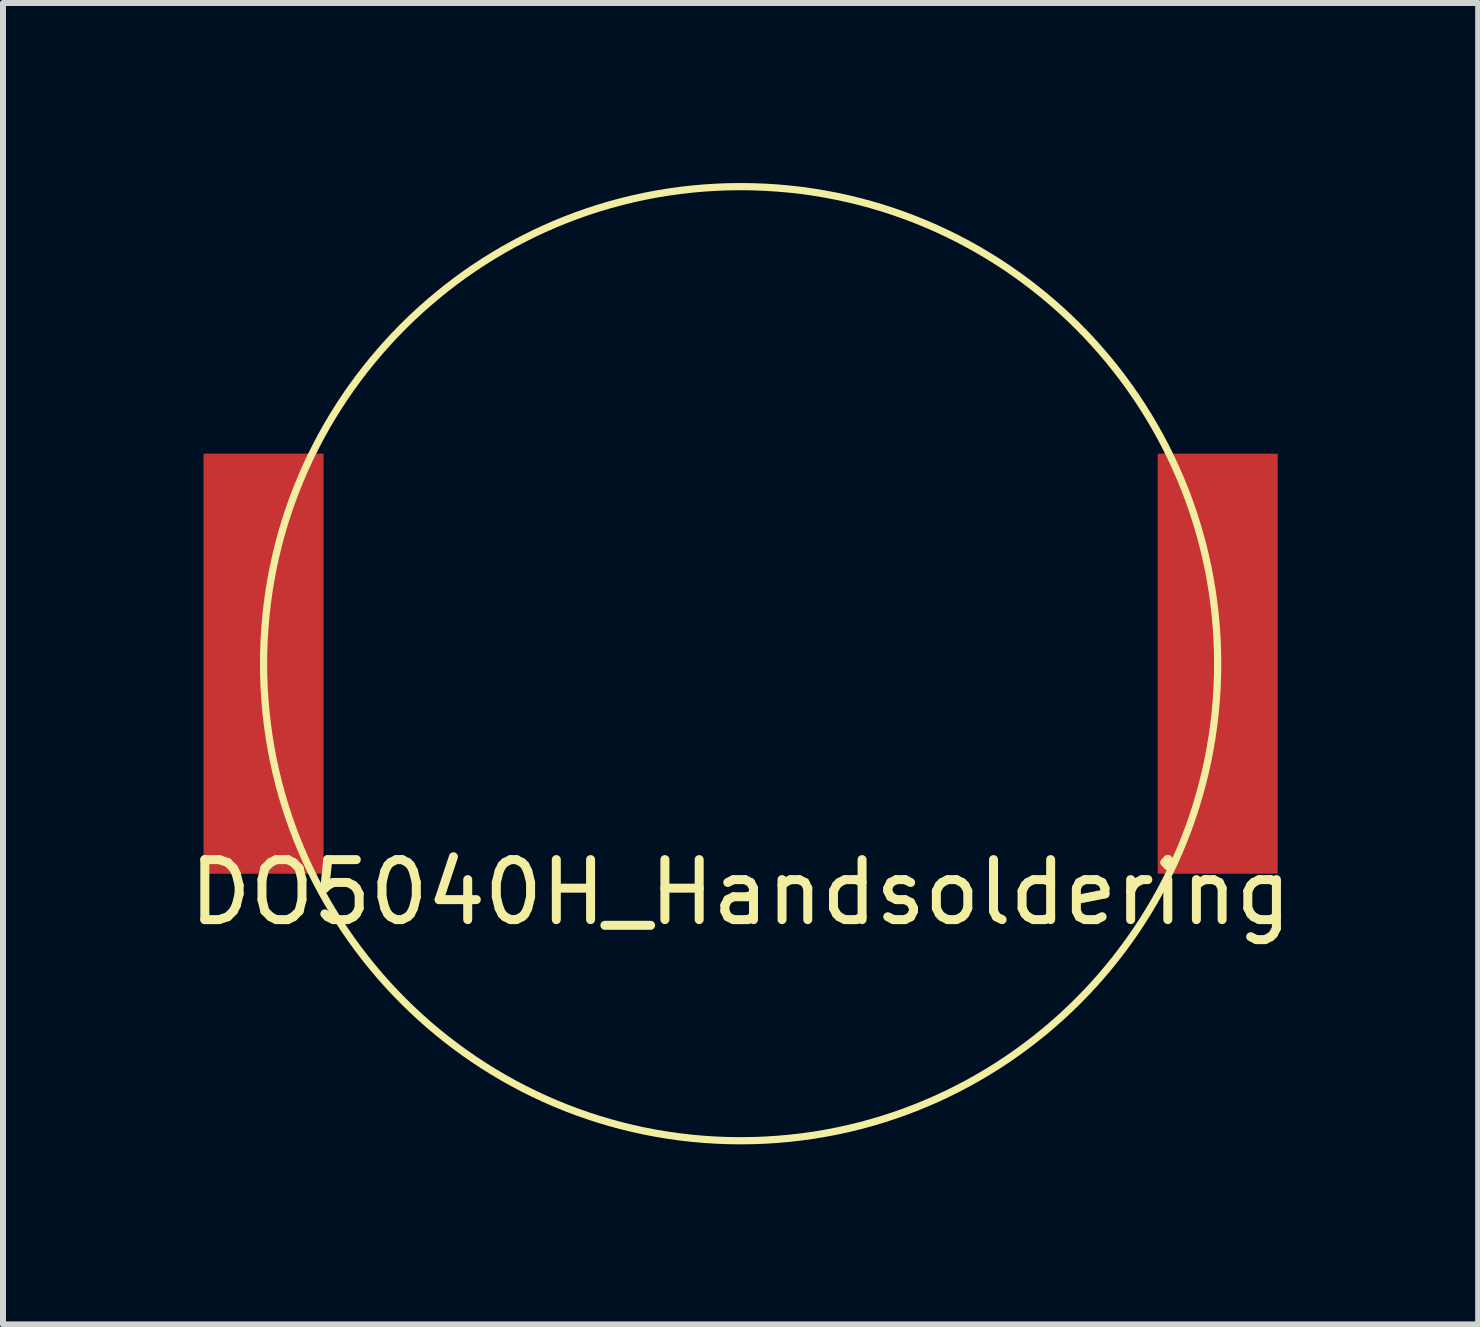
<source format=kicad_pcb>
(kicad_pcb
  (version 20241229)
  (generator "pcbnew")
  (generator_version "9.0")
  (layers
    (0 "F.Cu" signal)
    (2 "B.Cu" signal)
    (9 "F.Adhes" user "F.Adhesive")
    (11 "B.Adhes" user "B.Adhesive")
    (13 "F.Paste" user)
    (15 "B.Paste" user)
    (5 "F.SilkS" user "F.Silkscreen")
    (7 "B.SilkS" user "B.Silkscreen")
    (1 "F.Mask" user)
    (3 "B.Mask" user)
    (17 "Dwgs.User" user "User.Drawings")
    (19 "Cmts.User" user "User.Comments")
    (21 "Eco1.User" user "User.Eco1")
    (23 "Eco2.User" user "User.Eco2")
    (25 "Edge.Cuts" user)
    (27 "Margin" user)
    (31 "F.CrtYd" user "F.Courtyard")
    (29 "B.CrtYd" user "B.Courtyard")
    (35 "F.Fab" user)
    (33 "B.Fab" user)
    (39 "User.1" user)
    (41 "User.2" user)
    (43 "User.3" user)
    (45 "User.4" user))
  (footprint "DO5040H_Handsoldering"
    (layer "F.Cu")
    (at 9.292 8.01)
    (property "Reference" "DO5040H_Handsoldering" (at 0 3.81 0) (layer "F.SilkS") (effects (font (size 1 1) (thickness 0.15))))
    (attr smd)
    (fp_circle (center 0 0) (end 7.95 0) (stroke (width 0.12) (type solid)) (fill no) (layer "F.SilkS"))
    (pad "1" smd rect (at -7.95 0) (size 2 7) (layers "F.Cu" "F.Mask" "F.Paste"))
    (pad "2" smd rect (at 7.95 0) (size 2 7) (layers "F.Cu" "F.Mask" "F.Paste")))
  (gr_rect
    (start -3 -3)
    (end 21.583 19.02)
    (stroke (width 0.1) (type default))
    (fill no)
    (layer "Edge.Cuts")))
</source>
